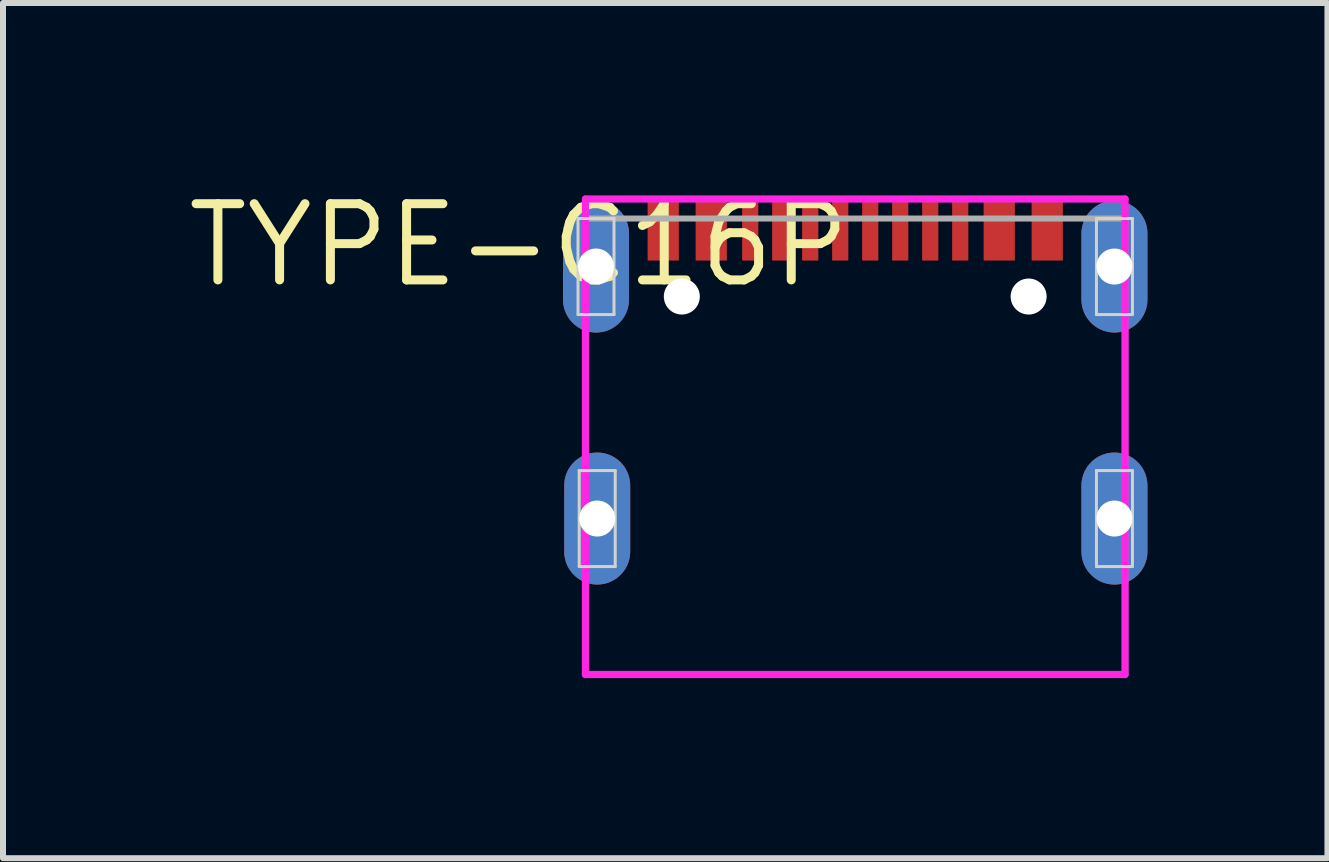
<source format=kicad_pcb>
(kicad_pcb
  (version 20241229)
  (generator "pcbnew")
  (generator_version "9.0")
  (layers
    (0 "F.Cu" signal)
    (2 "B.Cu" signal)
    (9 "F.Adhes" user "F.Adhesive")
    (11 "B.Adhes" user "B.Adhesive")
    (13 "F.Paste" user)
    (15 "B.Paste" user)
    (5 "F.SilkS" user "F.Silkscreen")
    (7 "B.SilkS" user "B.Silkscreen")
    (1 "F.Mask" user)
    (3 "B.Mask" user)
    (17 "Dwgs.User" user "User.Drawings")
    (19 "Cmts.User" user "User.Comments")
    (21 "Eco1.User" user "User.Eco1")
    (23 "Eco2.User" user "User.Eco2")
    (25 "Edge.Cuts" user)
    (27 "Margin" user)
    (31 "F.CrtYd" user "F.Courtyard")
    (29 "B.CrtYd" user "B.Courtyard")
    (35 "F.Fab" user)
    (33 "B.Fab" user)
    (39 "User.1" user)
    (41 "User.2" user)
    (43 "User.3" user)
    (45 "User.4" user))
  (footprint "TYPE-C16P"
    (layer "F.Cu")
    (at 11.203 0.292)
    (property "Reference" "TYPE-C16P" (at 0 0 0) (layer "F.SilkS") (effects (font (size 1.27 1.27) (thickness 0.15)) (justify right top)))
    (attr through_hole)
    (fp_line (start -4.62 0.3) (end -4.3 0.3) (stroke (width 0.05) (type solid)) (layer "Edge.Cuts"))
    (fp_line (start -4.62 1.1) (end -4.62 0.3) (stroke (width 0.05) (type solid)) (layer "Edge.Cuts"))
    (fp_line (start -4.62 1.9) (end -4.62 1.1) (stroke (width 0.05) (type solid)) (layer "Edge.Cuts"))
    (fp_line (start -4.6 4.5) (end -4.28 4.5) (stroke (width 0.05) (type solid)) (layer "Edge.Cuts"))
    (fp_line (start -4.6 5.3) (end -4.6 4.5) (stroke (width 0.05) (type solid)) (layer "Edge.Cuts"))
    (fp_line (start -4.6 6.1) (end -4.6 5.3) (stroke (width 0.05) (type solid)) (layer "Edge.Cuts"))
    (fp_line (start -4.3 0.3) (end -4.02 0.3) (stroke (width 0.05) (type solid)) (layer "Edge.Cuts"))
    (fp_line (start -4.28 4.5) (end -4 4.5) (stroke (width 0.05) (type solid)) (layer "Edge.Cuts"))
    (fp_line (start -4.02 0.3) (end -4.02 1.9) (stroke (width 0.05) (type solid)) (layer "Edge.Cuts"))
    (fp_line (start -4.02 1.9) (end -4.62 1.9) (stroke (width 0.05) (type solid)) (layer "Edge.Cuts"))
    (fp_line (start -4 4.5) (end -4 6.1) (stroke (width 0.05) (type solid)) (layer "Edge.Cuts"))
    (fp_line (start -4 6.1) (end -4.6 6.1) (stroke (width 0.05) (type solid)) (layer "Edge.Cuts"))
    (fp_line (start 4.02 0.3) (end 4.34 0.3) (stroke (width 0.05) (type solid)) (layer "Edge.Cuts"))
    (fp_line (start 4.02 1.1) (end 4.02 0.3) (stroke (width 0.05) (type solid)) (layer "Edge.Cuts"))
    (fp_line (start 4.02 1.9) (end 4.02 1.1) (stroke (width 0.05) (type solid)) (layer "Edge.Cuts"))
    (fp_line (start 4.02 4.5) (end 4.34 4.5) (stroke (width 0.05) (type solid)) (layer "Edge.Cuts"))
    (fp_line (start 4.02 5.3) (end 4.02 4.5) (stroke (width 0.05) (type solid)) (layer "Edge.Cuts"))
    (fp_line (start 4.02 6.1) (end 4.02 5.3) (stroke (width 0.05) (type solid)) (layer "Edge.Cuts"))
    (fp_line (start 4.34 0.3) (end 4.62 0.3) (stroke (width 0.05) (type solid)) (layer "Edge.Cuts"))
    (fp_line (start 4.34 4.5) (end 4.62 4.5) (stroke (width 0.05) (type solid)) (layer "Edge.Cuts"))
    (fp_line (start 4.62 0.3) (end 4.62 1.9) (stroke (width 0.05) (type solid)) (layer "Edge.Cuts"))
    (fp_line (start 4.62 1.9) (end 4.02 1.9) (stroke (width 0.05) (type solid)) (layer "Edge.Cuts"))
    (fp_line (start 4.62 4.5) (end 4.62 6.1) (stroke (width 0.05) (type solid)) (layer "Edge.Cuts"))
    (fp_line (start 4.62 6.1) (end 4.02 6.1) (stroke (width 0.05) (type solid)) (layer "Edge.Cuts"))
    (fp_line (start -4.496 -0.025) (end 4.496 -0.025) (stroke (width 0.12) (type solid)) (layer "F.CrtYd"))
    (fp_line (start -4.496 7.899) (end -4.496 -0.025) (stroke (width 0.12) (type solid)) (layer "F.CrtYd"))
    (fp_line (start 4.496 -0.025) (end 4.496 7.899) (stroke (width 0.12) (type solid)) (layer "F.CrtYd"))
    (fp_line (start 4.496 7.899) (end -4.496 7.899) (stroke (width 0.12) (type solid)) (layer "F.CrtYd"))
    (fp_line (start -4.5 0.3) (end 4.5 0.3) (stroke (width 0.1) (type solid)) (layer "F.Fab"))
    (fp_line (start -4.5 7.9) (end -4.5 0.3) (stroke (width 0.1) (type solid)) (layer "F.Fab"))
    (fp_line (start 4.5 0.3) (end 4.5 7.9) (stroke (width 0.1) (type solid)) (layer "F.Fab"))
    (fp_line (start 4.5 7.9) (end -4.5 7.9) (stroke (width 0.1) (type solid)) (layer "F.Fab"))
    (pad "" np_thru_hole circle (at -2.89 1.6) (size 0.6 0.6) (drill 0.6) (layers "*.Cu" "*.Mask"))
    (pad "" np_thru_hole circle (at 2.89 1.6) (size 0.6 0.6) (drill 0.6) (layers "*.Cu" "*.Mask"))
    (pad "1" smd rect (at -3.2 0.5 90) (size 1 0.52) (layers "F.Cu" "F.Mask" "F.Paste"))
    (pad "2" smd rect (at -2.4 0.5 90) (size 1 0.52) (layers "F.Cu" "F.Mask" "F.Paste"))
    (pad "3" smd rect (at -1.75 0.5 270) (size 1 0.27) (layers "F.Cu" "F.Mask" "F.Paste"))
    (pad "4" smd rect (at -1.25 0.5 270) (size 1 0.27) (layers "F.Cu" "F.Mask" "F.Paste"))
    (pad "5" smd rect (at -0.75 0.5 270) (size 1 0.27) (layers "F.Cu" "F.Mask" "F.Paste"))
    (pad "6" smd rect (at -0.25 0.5 270) (size 1 0.27) (layers "F.Cu" "F.Mask" "F.Paste"))
    (pad "7" smd rect (at 0.25 0.5 270) (size 1 0.27) (layers "F.Cu" "F.Mask" "F.Paste"))
    (pad "8" smd rect (at 0.75 0.5 270) (size 1 0.27) (layers "F.Cu" "F.Mask" "F.Paste"))
    (pad "9" smd rect (at 1.25 0.5 270) (size 1 0.27) (layers "F.Cu" "F.Mask" "F.Paste"))
    (pad "10" smd rect (at 1.75 0.5 270) (size 1 0.27) (layers "F.Cu" "F.Mask" "F.Paste"))
    (pad "11" smd rect (at 2.4 0.5 90) (size 1 0.52) (layers "F.Cu" "F.Mask" "F.Paste"))
    (pad "12" smd rect (at 3.2 0.5 90) (size 1 0.52) (layers "F.Cu" "F.Mask" "F.Paste"))
    (pad "M1" thru_hole oval (at -4.3 5.3 90) (size 2.2 1.1) (drill 0.6) (layers "*.Cu" "*.Mask"))
    (pad "M2" thru_hole oval (at -4.32 1.1 90) (size 2.2 1.1) (drill 0.6) (layers "*.Cu" "*.Mask"))
    (pad "M3" thru_hole oval (at 4.32 5.3 90) (size 2.2 1.1) (drill 0.6) (layers "*.Cu" "*.Mask"))
    (pad "M4" thru_hole oval (at 4.32 1.1 90) (size 2.2 1.1) (drill 0.6) (layers "*.Cu" "*.Mask")))
  (gr_rect
    (start -3 -3)
    (end 19.073 11.252)
    (stroke (width 0.1) (type default))
    (fill no)
    (layer "Edge.Cuts")))
</source>
